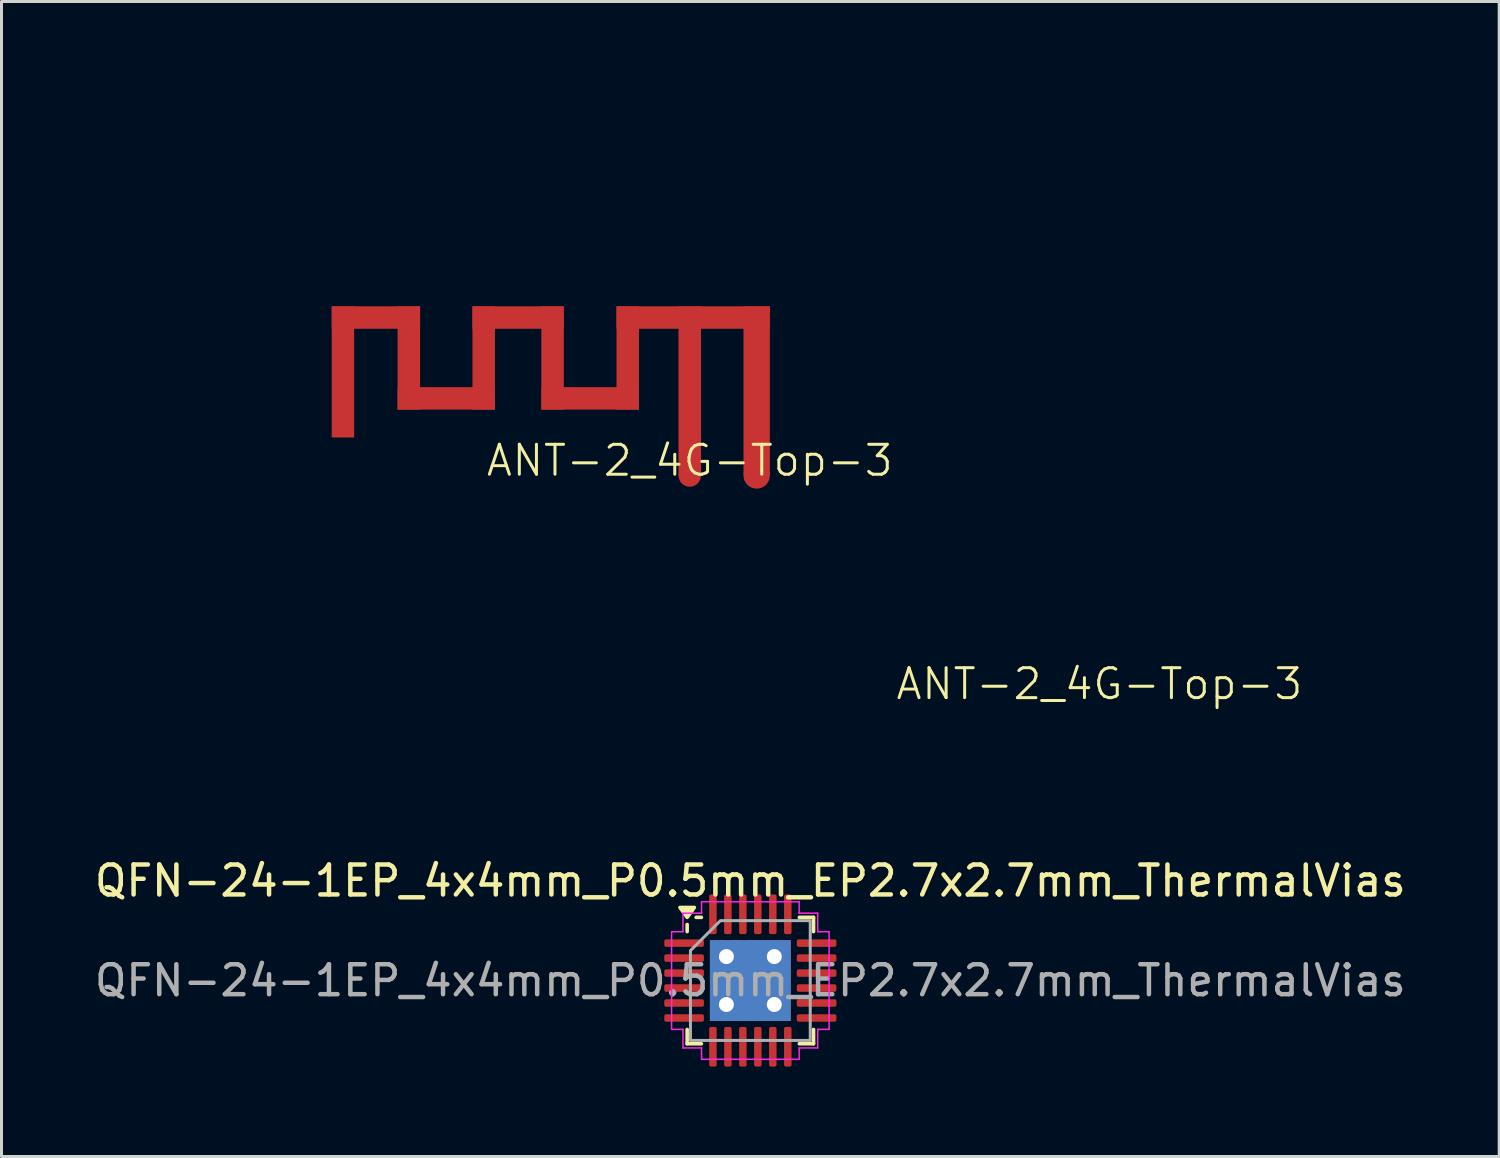
<source format=kicad_pcb>
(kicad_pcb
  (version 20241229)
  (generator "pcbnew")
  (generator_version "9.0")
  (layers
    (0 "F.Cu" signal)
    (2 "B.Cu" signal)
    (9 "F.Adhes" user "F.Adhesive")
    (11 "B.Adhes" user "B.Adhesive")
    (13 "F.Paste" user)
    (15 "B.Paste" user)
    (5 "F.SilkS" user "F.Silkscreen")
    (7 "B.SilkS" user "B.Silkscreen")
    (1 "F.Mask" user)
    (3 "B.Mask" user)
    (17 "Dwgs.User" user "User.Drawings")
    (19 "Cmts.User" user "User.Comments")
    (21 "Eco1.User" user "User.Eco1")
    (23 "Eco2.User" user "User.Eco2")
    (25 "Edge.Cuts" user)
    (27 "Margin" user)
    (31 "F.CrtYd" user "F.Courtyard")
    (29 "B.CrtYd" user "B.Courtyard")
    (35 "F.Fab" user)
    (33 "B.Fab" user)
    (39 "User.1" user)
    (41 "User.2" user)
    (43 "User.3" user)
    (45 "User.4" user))
  (footprint "ANT-2_4G-Top-3"
    (layer "F.Cu")
    (at 19.982 12.828)
    (property "Reference" "ANT-2_4G-Top-3" (at 0 -0.5 0) (unlocked yes) (layer "F.SilkS") (effects (font (size 1 1) (thickness 0.1))))
    (attr through_hole)
    (fp_text user "${REFERENCE}" (at 13.68 6.96 0) (unlocked yes) (layer "F.SilkS") (effects (font (size 1 1) (thickness 0.1))))
    (dimension (type orthogonal) (layer "User.2") (pts (xy 15.027 10.628) (xy 18.287 10.628)) (height 2.69) (orientation 0) (format (prefix "") (suffix "") (units 3) (units_format 0) (precision 4) (suppress_zeroes yes)) (style (thickness 0.1) (arrow_length 1.27) (text_position_mode 0) (arrow_direction outward) (extension_height 0.586) (extension_offset 0.5) (keep_text_aligned yes)) (gr_text "3.26" (at 16.657 12.168 0) (layer "User.2") (effects (font (size 1 1) (thickness 0.15)))))
    (dimension (type orthogonal) (layer "User.2") (pts (xy 8.772 8.438) (xy 8.022 8.488)) (height 6.61) (orientation 0) (format (prefix "") (suffix "") (units 3) (units_format 0) (precision 4) (suppress_zeroes yes)) (style (thickness 0.1) (arrow_length 1.27) (text_position_mode 0) (arrow_direction outward) (extension_height 0.586) (extension_offset 0.5) (keep_text_aligned yes)) (gr_text "0.75" (at 8.397 13.898 0) (layer "User.2") (effects (font (size 1 1) (thickness 0.15)))))
    (dimension (type orthogonal) (layer "User.2") (pts (xy 20.352 7.928) (xy 21.772 7.928)) (height 10.36) (orientation 0) (format (prefix "") (suffix "") (units 3) (units_format 0) (precision 4) (suppress_zeroes yes)) (style (thickness 0.1) (arrow_length 1.27) (text_position_mode 0) (arrow_direction outward) (extension_height 0.586) (extension_offset 0.5) (keep_text_aligned yes)) (gr_text "1.42" (at 21.062 17.138 0) (layer "User.2") (effects (font (size 1 1) (thickness 0.15)))))
    (dimension (type orthogonal) (layer "User.2") (pts (xy 19.602 7.928) (xy 20.352 7.928)) (height -5.93) (orientation 0) (format (prefix "") (suffix "") (units 3) (units_format 0) (precision 4) (suppress_zeroes yes)) (style (thickness 0.1) (arrow_length 1.27) (text_position_mode 0) (arrow_direction outward) (extension_height 0.586) (extension_offset 0.5) (keep_text_aligned yes)) (gr_text "0.75" (at 19.977 0.848 0) (layer "User.2") (effects (font (size 1 1) (thickness 0.15)))))
    (dimension (type orthogonal) (layer "User.2") (pts (xy 10.977 7.178) (xy 8.027 7.178)) (height -2.55) (orientation 0) (format (prefix "") (suffix "") (units 3) (units_format 0) (precision 4) (suppress_zeroes yes)) (style (thickness 0.1) (arrow_length 1.27) (text_position_mode 0) (arrow_direction outward) (extension_height 0.586) (extension_offset 0.5) (keep_text_aligned yes)) (gr_text "2.95" (at 9.502 3.478 0) (layer "User.2") (effects (font (size 1 1) (thickness 0.15)))))
    (dimension (type orthogonal) (layer "User.2") (pts (xy 22.657 7.178) (xy 17.537 7.178)) (height -1.88) (orientation 0) (format (prefix "") (suffix "") (units 3) (units_format 0) (precision 4) (suppress_zeroes yes)) (style (thickness 0.1) (arrow_length 1.27) (text_position_mode 0) (arrow_direction outward) (extension_height 0.586) (extension_offset 0.5) (keep_text_aligned yes)) (gr_text "5.12" (at 20.097 4.148 0) (layer "User.2") (effects (font (size 1 1) (thickness 0.15)))))
    (dimension (type orthogonal) (layer "User.2") (pts (xy 8.027 7.178) (xy 8.027 11.558)) (height -2.265) (orientation 1) (format (prefix "") (suffix "") (units 3) (units_format 0) (precision 4) (suppress_zeroes yes)) (style (thickness 0.1) (arrow_length 1.27) (text_position_mode 0) (arrow_direction outward) (extension_height 0.586) (extension_offset 0.5) (keep_text_aligned yes)) (gr_text "4.38" (at 4.612 9.368 90) (layer "User.2") (effects (font (size 1 1) (thickness 0.15)))))
    (dimension (type orthogonal) (layer "User.2") (pts (xy 10.227 10.628) (xy 10.977 7.178)) (height -7.285) (orientation 1) (format (prefix "") (suffix "") (units 3) (units_format 0) (precision 4) (suppress_zeroes yes)) (style (thickness 0.1) (arrow_length 1.27) (text_position_mode 0) (arrow_direction outward) (extension_height 0.586) (extension_offset 0.5) (keep_text_aligned yes)) (gr_text "3.45" (at 1.792 8.903 90) (layer "User.2") (effects (font (size 1 1) (thickness 0.15)))))
    (dimension (type orthogonal) (layer "User.2") (pts (xy 22.657 7.178) (xy 22.657 12.828)) (height 2.675) (orientation 1) (format (prefix "") (suffix "") (units 3) (units_format 0) (precision 4) (suppress_zeroes yes)) (style (thickness 0.1) (arrow_length 1.27) (text_position_mode 0) (arrow_direction outward) (extension_height 0.586) (extension_offset 0.5) (keep_text_aligned yes)) (gr_text "5.65" (at 24.182 10.003 90) (layer "User.2") (effects (font (size 1 1) (thickness 0.15)))))
    (dimension (type orthogonal) (layer "User.2") (pts (xy 21.772 8.028) (xy 22.652 8.068)) (height 13.85) (orientation 0) (format (prefix "") (suffix "") (units 3) (units_format 0) (precision 4) (suppress_zeroes yes)) (style (thickness 0.1) (arrow_length 1.27) (text_position_mode 0) (arrow_direction outward) (extension_height 0.586) (extension_offset 0.5) (keep_text_aligned yes)) (gr_text "0.88" (at 22.212 20.728 0) (layer "User.2") (effects (font (size 1 1) (thickness 0.15)))))
    (dimension (type orthogonal) (layer "User.2") (pts (xy 18.282 7.928) (xy 19.602 7.928)) (height 8.18) (orientation 0) (format (prefix "") (suffix "") (units 3) (units_format 0) (precision 4) (suppress_zeroes yes)) (style (thickness 0.1) (arrow_length 1.27) (text_position_mode 0) (arrow_direction outward) (extension_height 0.586) (extension_offset 0.5) (keep_text_aligned yes)) (gr_text "1.32" (at 18.942 14.958 0) (layer "User.2") (effects (font (size 1 1) (thickness 0.15)))))
    (dimension (type orthogonal) (layer "User.2") (pts (xy 10.227 10.628) (xy 13.477 10.628)) (height 2.39) (orientation 0) (format (prefix "") (suffix "") (units 3) (units_format 0) (precision 4) (suppress_zeroes yes)) (style (thickness 0.1) (arrow_length 1.27) (text_position_mode 0) (arrow_direction outward) (extension_height 0.586) (extension_offset 0.5) (keep_text_aligned yes)) (gr_text "3.25" (at 11.852 11.868 0) (layer "User.2") (effects (font (size 1 1) (thickness 0.15)))))
    (dimension (type orthogonal) (layer "User.2") (pts (xy 15.777 7.178) (xy 12.727 7.178)) (height -2.52) (orientation 0) (format (prefix "") (suffix "") (units 3) (units_format 0) (precision 4) (suppress_zeroes yes)) (style (thickness 0.1) (arrow_length 1.27) (text_position_mode 0) (arrow_direction outward) (extension_height 0.586) (extension_offset 0.5) (keep_text_aligned yes)) (gr_text "3.05" (at 14.252 3.508 0) (layer "User.2") (effects (font (size 1 1) (thickness 0.15)))))
    (pad "1" smd circle (at 0 0) (size 0.75 0.75) (property pad_prop_heatsink) (layers "F.Cu"))
    (pad "2" smd circle (at 2.235 0) (size 0.88 0.88) (property pad_prop_heatsink) (layers "F.Cu"))
    (pad "3" smd rect (at -11.58 -3.46) (size 0.75 4.38) (layers "F.Cu"))
    (pad "3" smd rect (at -10.48 -5.275) (size 2.95 0.75) (layers "F.Cu"))
    (pad "3" smd rect (at -9.38 -3.925) (size 0.75 3.45) (layers "F.Cu"))
    (pad "3" smd rect (at -8.13 -2.575) (size 3.25 0.75) (layers "F.Cu"))
    (pad "3" smd rect (at -6.88 -3.925) (size 0.75 3.45) (layers "F.Cu"))
    (pad "3" smd rect (at -5.73 -5.275) (size 3.05 0.75) (layers "F.Cu"))
    (pad "3" smd rect (at -4.58 -3.925) (size 0.75 3.45) (layers "F.Cu"))
    (pad "3" smd rect (at -3.325 -2.575) (size 3.26 0.75) (layers "F.Cu"))
    (pad "3" smd rect (at -2.07 -3.925) (size 0.75 3.45) (layers "F.Cu"))
    (pad "3" smd rect (at 0 -2.825) (size 0.75 5.65) (layers "F.Cu"))
    (pad "3" smd rect (at 0.115 -5.275) (size 5.12 0.75) (layers "F.Cu"))
    (pad "3" smd rect (at 2.235 -2.825) (size 0.88 5.65) (layers "F.Cu"))
    (zone (net_name "") (layers "F.Cu" "B.Cu") (hatch edge 0.5) (connect_pads) (min_thickness 0.25) (filled_areas_thickness no) (keepout (tracks not_allowed) (vias not_allowed) (pads allowed) (copperpour not_allowed) (footprints not_allowed)) (placement (enabled no)) (fill) (polygon (pts (xy 6.482 6.828) (xy 6.482 12.828) (xy 24.482 12.828) (xy 24.482 6.828)))))
  (footprint "QFN-24-1EP_4x4mm_P0.5mm_EP2.7x2.7mm_ThermalVias"
    (layer "F.Cu")
    (at 22.006 29.693)
    (property "Reference" "QFN-24-1EP_4x4mm_P0.5mm_EP2.7x2.7mm_ThermalVias" (at 0 -3.33 0) (layer "F.SilkS") (effects (font (size 1 1) (thickness 0.15))))
    (attr smd)
    (fp_line (start -2.11 -1.635) (end -2.11 -1.87) (stroke (width 0.12) (type solid)) (layer "F.SilkS"))
    (fp_line (start -2.11 2.11) (end -2.11 1.635) (stroke (width 0.12) (type solid)) (layer "F.SilkS"))
    (fp_line (start -1.635 -2.11) (end -1.81 -2.11) (stroke (width 0.12) (type solid)) (layer "F.SilkS"))
    (fp_line (start -1.635 2.11) (end -2.11 2.11) (stroke (width 0.12) (type solid)) (layer "F.SilkS"))
    (fp_line (start 1.635 -2.11) (end 2.11 -2.11) (stroke (width 0.12) (type solid)) (layer "F.SilkS"))
    (fp_line (start 1.635 2.11) (end 2.11 2.11) (stroke (width 0.12) (type solid)) (layer "F.SilkS"))
    (fp_line (start 2.11 -2.11) (end 2.11 -1.635) (stroke (width 0.12) (type solid)) (layer "F.SilkS"))
    (fp_line (start 2.11 2.11) (end 2.11 1.635) (stroke (width 0.12) (type solid)) (layer "F.SilkS"))
    (fp_poly (pts (xy -2.11 -2.11) (xy -2.35 -2.44) (xy -1.87 -2.44)) (stroke (width 0.12) (type solid)) (fill yes) (layer "F.SilkS"))
    (fp_line (start -2.63 -1.63) (end -2.25 -1.63) (stroke (width 0.05) (type solid)) (layer "F.CrtYd"))
    (fp_line (start -2.63 1.63) (end -2.63 -1.63) (stroke (width 0.05) (type solid)) (layer "F.CrtYd"))
    (fp_line (start -2.25 -2.25) (end -1.63 -2.25) (stroke (width 0.05) (type solid)) (layer "F.CrtYd"))
    (fp_line (start -2.25 -1.63) (end -2.25 -2.25) (stroke (width 0.05) (type solid)) (layer "F.CrtYd"))
    (fp_line (start -2.25 1.63) (end -2.63 1.63) (stroke (width 0.05) (type solid)) (layer "F.CrtYd"))
    (fp_line (start -2.25 2.25) (end -2.25 1.63) (stroke (width 0.05) (type solid)) (layer "F.CrtYd"))
    (fp_line (start -1.63 -2.63) (end 1.63 -2.63) (stroke (width 0.05) (type solid)) (layer "F.CrtYd"))
    (fp_line (start -1.63 -2.25) (end -1.63 -2.63) (stroke (width 0.05) (type solid)) (layer "F.CrtYd"))
    (fp_line (start -1.63 2.25) (end -2.25 2.25) (stroke (width 0.05) (type solid)) (layer "F.CrtYd"))
    (fp_line (start -1.63 2.63) (end -1.63 2.25) (stroke (width 0.05) (type solid)) (layer "F.CrtYd"))
    (fp_line (start 1.63 -2.63) (end 1.63 -2.25) (stroke (width 0.05) (type solid)) (layer "F.CrtYd"))
    (fp_line (start 1.63 -2.25) (end 2.25 -2.25) (stroke (width 0.05) (type solid)) (layer "F.CrtYd"))
    (fp_line (start 1.63 2.25) (end 1.63 2.63) (stroke (width 0.05) (type solid)) (layer "F.CrtYd"))
    (fp_line (start 1.63 2.63) (end -1.63 2.63) (stroke (width 0.05) (type solid)) (layer "F.CrtYd"))
    (fp_line (start 2.25 -2.25) (end 2.25 -1.63) (stroke (width 0.05) (type solid)) (layer "F.CrtYd"))
    (fp_line (start 2.25 -1.63) (end 2.63 -1.63) (stroke (width 0.05) (type solid)) (layer "F.CrtYd"))
    (fp_line (start 2.25 1.63) (end 2.25 2.25) (stroke (width 0.05) (type solid)) (layer "F.CrtYd"))
    (fp_line (start 2.25 2.25) (end 1.63 2.25) (stroke (width 0.05) (type solid)) (layer "F.CrtYd"))
    (fp_line (start 2.63 -1.63) (end 2.63 1.63) (stroke (width 0.05) (type solid)) (layer "F.CrtYd"))
    (fp_line (start 2.63 1.63) (end 2.25 1.63) (stroke (width 0.05) (type solid)) (layer "F.CrtYd"))
    (fp_poly (pts (xy -2 -1) (xy -2 2) (xy 2 2) (xy 2 -2) (xy -1 -2)) (stroke (width 0.1) (type solid)) (fill no) (layer "F.Fab"))
    (fp_text user "${REFERENCE}" (at 0 0 0) (layer "F.Fab") (effects (font (size 1 1) (thickness 0.15))))
    (pad "" smd roundrect (at -0.675 -0.675) (size 1.17 1.17) (layers "F.Paste") (roundrect_rratio 0.214))
    (pad "" smd roundrect (at -0.675 0.675) (size 1.17 1.17) (layers "F.Paste") (roundrect_rratio 0.214))
    (pad "" smd roundrect (at 0.675 -0.675) (size 1.17 1.17) (layers "F.Paste") (roundrect_rratio 0.214))
    (pad "" smd roundrect (at 0.675 0.675) (size 1.17 1.17) (layers "F.Paste") (roundrect_rratio 0.214))
    (pad "1" smd roundrect (at -2.212 -1.25) (size 1.325 0.25) (layers "F.Cu" "F.Mask" "F.Paste") (roundrect_rratio 0.25))
    (pad "2" smd roundrect (at -2.212 -0.75) (size 1.325 0.25) (layers "F.Cu" "F.Mask" "F.Paste") (roundrect_rratio 0.25))
    (pad "3" smd roundrect (at -2.212 -0.25) (size 1.325 0.25) (layers "F.Cu" "F.Mask" "F.Paste") (roundrect_rratio 0.25))
    (pad "4" smd roundrect (at -2.212 0.25) (size 1.325 0.25) (layers "F.Cu" "F.Mask" "F.Paste") (roundrect_rratio 0.25))
    (pad "5" smd roundrect (at -2.212 0.75) (size 1.325 0.25) (layers "F.Cu" "F.Mask" "F.Paste") (roundrect_rratio 0.25))
    (pad "6" smd roundrect (at -2.212 1.25) (size 1.325 0.25) (layers "F.Cu" "F.Mask" "F.Paste") (roundrect_rratio 0.25))
    (pad "7" smd roundrect (at -1.25 2.212) (size 0.25 1.325) (layers "F.Cu" "F.Mask" "F.Paste") (roundrect_rratio 0.25))
    (pad "8" smd roundrect (at -0.75 2.212) (size 0.25 1.325) (layers "F.Cu" "F.Mask" "F.Paste") (roundrect_rratio 0.25))
    (pad "9" smd roundrect (at -0.25 2.212) (size 0.25 1.325) (layers "F.Cu" "F.Mask" "F.Paste") (roundrect_rratio 0.25))
    (pad "10" smd roundrect (at 0.25 2.212) (size 0.25 1.325) (layers "F.Cu" "F.Mask" "F.Paste") (roundrect_rratio 0.25))
    (pad "11" smd roundrect (at 0.75 2.212) (size 0.25 1.325) (layers "F.Cu" "F.Mask" "F.Paste") (roundrect_rratio 0.25))
    (pad "12" smd roundrect (at 1.25 2.212) (size 0.25 1.325) (layers "F.Cu" "F.Mask" "F.Paste") (roundrect_rratio 0.25))
    (pad "13" smd roundrect (at 2.212 1.25) (size 1.325 0.25) (layers "F.Cu" "F.Mask" "F.Paste") (roundrect_rratio 0.25))
    (pad "14" smd roundrect (at 2.212 0.75) (size 1.325 0.25) (layers "F.Cu" "F.Mask" "F.Paste") (roundrect_rratio 0.25))
    (pad "15" smd roundrect (at 2.212 0.25) (size 1.325 0.25) (layers "F.Cu" "F.Mask" "F.Paste") (roundrect_rratio 0.25))
    (pad "16" smd roundrect (at 2.212 -0.25) (size 1.325 0.25) (layers "F.Cu" "F.Mask" "F.Paste") (roundrect_rratio 0.25))
    (pad "17" smd roundrect (at 2.212 -0.75) (size 1.325 0.25) (layers "F.Cu" "F.Mask" "F.Paste") (roundrect_rratio 0.25))
    (pad "18" smd roundrect (at 2.212 -1.25) (size 1.325 0.25) (layers "F.Cu" "F.Mask" "F.Paste") (roundrect_rratio 0.25))
    (pad "19" smd roundrect (at 1.25 -2.212) (size 0.25 1.325) (layers "F.Cu" "F.Mask" "F.Paste") (roundrect_rratio 0.25))
    (pad "20" smd roundrect (at 0.75 -2.212) (size 0.25 1.325) (layers "F.Cu" "F.Mask" "F.Paste") (roundrect_rratio 0.25))
    (pad "21" smd roundrect (at 0.25 -2.212) (size 0.25 1.325) (layers "F.Cu" "F.Mask" "F.Paste") (roundrect_rratio 0.25))
    (pad "22" smd roundrect (at -0.25 -2.212) (size 0.25 1.325) (layers "F.Cu" "F.Mask" "F.Paste") (roundrect_rratio 0.25))
    (pad "23" smd roundrect (at -0.75 -2.212) (size 0.25 1.325) (layers "F.Cu" "F.Mask" "F.Paste") (roundrect_rratio 0.25))
    (pad "24" smd roundrect (at -1.25 -2.212) (size 0.25 1.325) (layers "F.Cu" "F.Mask" "F.Paste") (roundrect_rratio 0.25))
    (pad "25" thru_hole circle (at -0.8 -0.8) (size 0.8 0.8) (drill 0.5) (property pad_prop_heatsink) (layers "*.Cu"))
    (pad "25" thru_hole circle (at -0.8 0.8) (size 0.8 0.8) (drill 0.5) (property pad_prop_heatsink) (layers "*.Cu"))
    (pad "25" smd rect (at 0 0) (size 2.7 2.7) (property pad_prop_heatsink) (layers "F.Cu" "F.Mask"))
    (pad "25" smd rect (at 0 0) (size 2.7 2.7) (property pad_prop_heatsink) (layers "B.Cu"))
    (pad "25" thru_hole circle (at 0.8 -0.8) (size 0.8 0.8) (drill 0.5) (property pad_prop_heatsink) (layers "*.Cu"))
    (pad "25" thru_hole circle (at 0.8 0.8) (size 0.8 0.8) (drill 0.5) (property pad_prop_heatsink) (layers "*.Cu")))
  (gr_rect
    (start -3 -3)
    (end 47.012 35.568)
    (stroke (width 0.1) (type default))
    (fill no)
    (layer "Edge.Cuts")))
</source>
